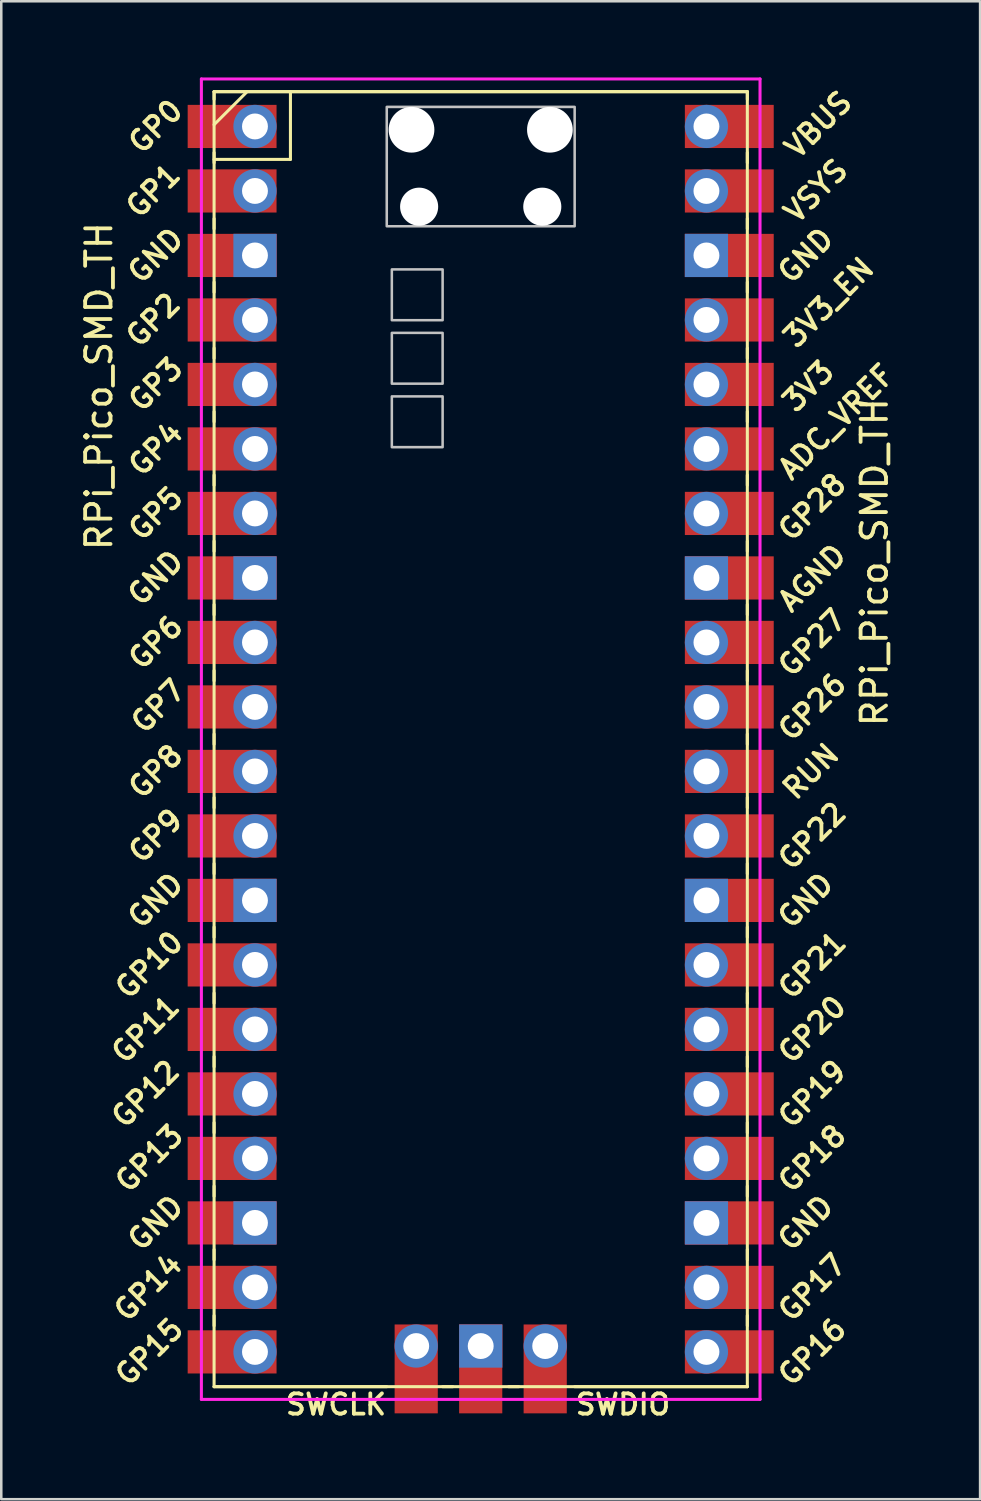
<source format=kicad_pcb>
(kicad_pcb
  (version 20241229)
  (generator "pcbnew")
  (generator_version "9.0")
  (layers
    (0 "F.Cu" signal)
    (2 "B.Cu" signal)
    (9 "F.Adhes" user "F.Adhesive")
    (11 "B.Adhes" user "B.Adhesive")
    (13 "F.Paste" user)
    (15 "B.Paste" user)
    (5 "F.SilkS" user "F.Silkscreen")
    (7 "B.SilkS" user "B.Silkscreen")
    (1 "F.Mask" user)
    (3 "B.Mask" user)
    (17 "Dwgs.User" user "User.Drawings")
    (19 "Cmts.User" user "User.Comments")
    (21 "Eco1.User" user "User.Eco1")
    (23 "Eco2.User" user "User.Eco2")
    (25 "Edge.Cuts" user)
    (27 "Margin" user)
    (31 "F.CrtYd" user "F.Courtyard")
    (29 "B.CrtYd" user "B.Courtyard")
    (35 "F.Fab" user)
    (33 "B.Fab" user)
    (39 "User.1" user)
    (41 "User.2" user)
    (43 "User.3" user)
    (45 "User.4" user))
  (footprint "RPi_Pico_SMD_TH"
    (layer "F.Cu")
    (at 15.881 26.06)
    (property "Reference" "RPi_Pico_SMD_TH" (at 15.506 -6.968 270) (layer "F.SilkS") (effects (font (size 1 1) (thickness 0.15))))
    (attr through_hole)
    (fp_line (start -10.5 -25.5) (end -10.5 -25.2) (stroke (width 0.12) (type solid)) (layer "F.SilkS"))
    (fp_line (start -10.5 -25.5) (end 10.5 -25.5) (stroke (width 0.12) (type solid)) (layer "F.SilkS"))
    (fp_line (start -10.5 -25.5) (end 10.5 -25.5) (stroke (width 0.12) (type solid)) (layer "F.SilkS"))
    (fp_line (start -10.5 -24.2) (end -9.2 -25.5) (stroke (width 0.12) (type solid)) (layer "F.SilkS"))
    (fp_line (start -10.5 -23.1) (end -10.5 -22.7) (stroke (width 0.12) (type solid)) (layer "F.SilkS"))
    (fp_line (start -10.5 -22.833) (end -7.493 -22.833) (stroke (width 0.12) (type solid)) (layer "F.SilkS"))
    (fp_line (start -10.5 -20.5) (end -10.5 -20.1) (stroke (width 0.12) (type solid)) (layer "F.SilkS"))
    (fp_line (start -10.5 -18) (end -10.5 -17.6) (stroke (width 0.12) (type solid)) (layer "F.SilkS"))
    (fp_line (start -10.5 -15.4) (end -10.5 -15) (stroke (width 0.12) (type solid)) (layer "F.SilkS"))
    (fp_line (start -10.5 -12.9) (end -10.5 -12.5) (stroke (width 0.12) (type solid)) (layer "F.SilkS"))
    (fp_line (start -10.5 -10.4) (end -10.5 -10) (stroke (width 0.12) (type solid)) (layer "F.SilkS"))
    (fp_line (start -10.5 -7.8) (end -10.5 -7.4) (stroke (width 0.12) (type solid)) (layer "F.SilkS"))
    (fp_line (start -10.5 -5.3) (end -10.5 -4.9) (stroke (width 0.12) (type solid)) (layer "F.SilkS"))
    (fp_line (start -10.5 -2.7) (end -10.5 -2.3) (stroke (width 0.12) (type solid)) (layer "F.SilkS"))
    (fp_line (start -10.5 -0.2) (end -10.5 0.2) (stroke (width 0.12) (type solid)) (layer "F.SilkS"))
    (fp_line (start -10.5 2.3) (end -10.5 2.7) (stroke (width 0.12) (type solid)) (layer "F.SilkS"))
    (fp_line (start -10.5 4.9) (end -10.5 5.3) (stroke (width 0.12) (type solid)) (layer "F.SilkS"))
    (fp_line (start -10.5 7.4) (end -10.5 7.8) (stroke (width 0.12) (type solid)) (layer "F.SilkS"))
    (fp_line (start -10.5 10) (end -10.5 10.4) (stroke (width 0.12) (type solid)) (layer "F.SilkS"))
    (fp_line (start -10.5 12.5) (end -10.5 12.9) (stroke (width 0.12) (type solid)) (layer "F.SilkS"))
    (fp_line (start -10.5 15.1) (end -10.5 15.5) (stroke (width 0.12) (type solid)) (layer "F.SilkS"))
    (fp_line (start -10.5 17.6) (end -10.5 18) (stroke (width 0.12) (type solid)) (layer "F.SilkS"))
    (fp_line (start -10.5 20.1) (end -10.5 20.5) (stroke (width 0.12) (type solid)) (layer "F.SilkS"))
    (fp_line (start -10.5 22.7) (end -10.5 23.1) (stroke (width 0.12) (type solid)) (layer "F.SilkS"))
    (fp_line (start -10.5 25.5) (end -10.5 -25.5) (stroke (width 0.12) (type solid)) (layer "F.SilkS"))
    (fp_line (start -7.493 -22.833) (end -7.493 -25.5) (stroke (width 0.12) (type solid)) (layer "F.SilkS"))
    (fp_line (start -3.7 25.5) (end -10.5 25.5) (stroke (width 0.12) (type solid)) (layer "F.SilkS"))
    (fp_line (start -1.5 25.5) (end -1.1 25.5) (stroke (width 0.12) (type solid)) (layer "F.SilkS"))
    (fp_line (start 1.1 25.5) (end 1.5 25.5) (stroke (width 0.12) (type solid)) (layer "F.SilkS"))
    (fp_line (start 10.5 -25.5) (end 10.5 -25.2) (stroke (width 0.12) (type solid)) (layer "F.SilkS"))
    (fp_line (start 10.5 -25.5) (end 10.5 25.5) (stroke (width 0.12) (type solid)) (layer "F.SilkS"))
    (fp_line (start 10.5 -23.1) (end 10.5 -22.7) (stroke (width 0.12) (type solid)) (layer "F.SilkS"))
    (fp_line (start 10.5 -20.5) (end 10.5 -20.1) (stroke (width 0.12) (type solid)) (layer "F.SilkS"))
    (fp_line (start 10.5 -18) (end 10.5 -17.6) (stroke (width 0.12) (type solid)) (layer "F.SilkS"))
    (fp_line (start 10.5 -15.4) (end 10.5 -15) (stroke (width 0.12) (type solid)) (layer "F.SilkS"))
    (fp_line (start 10.5 -12.9) (end 10.5 -12.5) (stroke (width 0.12) (type solid)) (layer "F.SilkS"))
    (fp_line (start 10.5 -10.4) (end 10.5 -10) (stroke (width 0.12) (type solid)) (layer "F.SilkS"))
    (fp_line (start 10.5 -7.8) (end 10.5 -7.4) (stroke (width 0.12) (type solid)) (layer "F.SilkS"))
    (fp_line (start 10.5 -5.3) (end 10.5 -4.9) (stroke (width 0.12) (type solid)) (layer "F.SilkS"))
    (fp_line (start 10.5 -2.7) (end 10.5 -2.3) (stroke (width 0.12) (type solid)) (layer "F.SilkS"))
    (fp_line (start 10.5 -0.2) (end 10.5 0.2) (stroke (width 0.12) (type solid)) (layer "F.SilkS"))
    (fp_line (start 10.5 2.3) (end 10.5 2.7) (stroke (width 0.12) (type solid)) (layer "F.SilkS"))
    (fp_line (start 10.5 4.9) (end 10.5 5.3) (stroke (width 0.12) (type solid)) (layer "F.SilkS"))
    (fp_line (start 10.5 7.4) (end 10.5 7.8) (stroke (width 0.12) (type solid)) (layer "F.SilkS"))
    (fp_line (start 10.5 10) (end 10.5 10.4) (stroke (width 0.12) (type solid)) (layer "F.SilkS"))
    (fp_line (start 10.5 12.5) (end 10.5 12.9) (stroke (width 0.12) (type solid)) (layer "F.SilkS"))
    (fp_line (start 10.5 15.1) (end 10.5 15.5) (stroke (width 0.12) (type solid)) (layer "F.SilkS"))
    (fp_line (start 10.5 17.6) (end 10.5 18) (stroke (width 0.12) (type solid)) (layer "F.SilkS"))
    (fp_line (start 10.5 20.1) (end 10.5 20.5) (stroke (width 0.12) (type solid)) (layer "F.SilkS"))
    (fp_line (start 10.5 22.7) (end 10.5 23.1) (stroke (width 0.12) (type solid)) (layer "F.SilkS"))
    (fp_line (start 10.5 25.5) (end -10.5 25.5) (stroke (width 0.12) (type solid)) (layer "F.SilkS"))
    (fp_line (start 10.5 25.5) (end 3.7 25.5) (stroke (width 0.12) (type solid)) (layer "F.SilkS"))
    (fp_poly (pts (xy -1.5 -16.5) (xy -3.5 -16.5) (xy -3.5 -18.5) (xy -1.5 -18.5)) (stroke (width 0.1) (type solid)) (fill no) (layer "Dwgs.User"))
    (fp_poly (pts (xy -1.5 -14) (xy -3.5 -14) (xy -3.5 -16) (xy -1.5 -16)) (stroke (width 0.1) (type solid)) (fill no) (layer "Dwgs.User"))
    (fp_poly (pts (xy -1.5 -11.5) (xy -3.5 -11.5) (xy -3.5 -13.5) (xy -1.5 -13.5)) (stroke (width 0.1) (type solid)) (fill no) (layer "Dwgs.User"))
    (fp_poly (pts (xy 3.7 -20.2) (xy -3.7 -20.2) (xy -3.7 -24.9) (xy 3.7 -24.9)) (stroke (width 0.1) (type solid)) (fill no) (layer "Dwgs.User"))
    (fp_line (start -11 -26) (end 11 -26) (stroke (width 0.12) (type solid)) (layer "F.CrtYd"))
    (fp_line (start -11 26) (end -11 -26) (stroke (width 0.12) (type solid)) (layer "F.CrtYd"))
    (fp_line (start 11 -26) (end 11 26) (stroke (width 0.12) (type solid)) (layer "F.CrtYd"))
    (fp_line (start 11 26) (end -11 26) (stroke (width 0.12) (type solid)) (layer "F.CrtYd"))
    (fp_text user "GP18" (at 13.054 16.51 225) (layer "F.SilkS") (effects (font (size 0.8 0.8) (thickness 0.15))))
    (fp_text user "GP1" (at -12.9 -21.6 225) (layer "F.SilkS") (effects (font (size 0.8 0.8) (thickness 0.15))))
    (fp_text user "GP11" (at -13.2 11.43 225) (layer "F.SilkS") (effects (font (size 0.8 0.8) (thickness 0.15))))
    (fp_text user "${REFERENCE}" (at -15.033 -13.903 90) (layer "F.SilkS") (effects (font (size 1 1) (thickness 0.15))))
    (fp_text user "GP9" (at -12.8 3.81 225) (layer "F.SilkS") (effects (font (size 0.8 0.8) (thickness 0.15))))
    (fp_text user "GP21" (at 13.054 8.9 225) (layer "F.SilkS") (effects (font (size 0.8 0.8) (thickness 0.15))))
    (fp_text user "GP5" (at -12.8 -8.89 225) (layer "F.SilkS") (effects (font (size 0.8 0.8) (thickness 0.15))))
    (fp_text user "AGND" (at 13.054 -6.35 225) (layer "F.SilkS") (effects (font (size 0.8 0.8) (thickness 0.15))))
    (fp_text user "GP19" (at 13.054 13.97 225) (layer "F.SilkS") (effects (font (size 0.8 0.8) (thickness 0.15))))
    (fp_text user "GP20" (at 13.054 11.43 225) (layer "F.SilkS") (effects (font (size 0.8 0.8) (thickness 0.15))))
    (fp_text user "GP6" (at -12.8 -3.81 225) (layer "F.SilkS") (effects (font (size 0.8 0.8) (thickness 0.15))))
    (fp_text user "VSYS" (at 13.2 -21.59 225) (layer "F.SilkS") (effects (font (size 0.8 0.8) (thickness 0.15))))
    (fp_text user "GP26" (at 13.054 -1.27 225) (layer "F.SilkS") (effects (font (size 0.8 0.8) (thickness 0.15))))
    (fp_text user "RUN" (at 13 1.27 225) (layer "F.SilkS") (effects (font (size 0.8 0.8) (thickness 0.15))))
    (fp_text user "GP0" (at -12.8 -24.13 225) (layer "F.SilkS") (effects (font (size 0.8 0.8) (thickness 0.15))))
    (fp_text user "SWDIO" (at 5.6 26.2 180) (layer "F.SilkS") (effects (font (size 0.8 0.8) (thickness 0.15))))
    (fp_text user "GND" (at -12.8 6.35 225) (layer "F.SilkS") (effects (font (size 0.8 0.8) (thickness 0.15))))
    (fp_text user "GP22" (at 13.054 3.81 225) (layer "F.SilkS") (effects (font (size 0.8 0.8) (thickness 0.15))))
    (fp_text user "GND" (at 12.8 6.35 225) (layer "F.SilkS") (effects (font (size 0.8 0.8) (thickness 0.15))))
    (fp_text user "GP4" (at -12.8 -11.43 225) (layer "F.SilkS") (effects (font (size 0.8 0.8) (thickness 0.15))))
    (fp_text user "GP17" (at 13.054 21.59 225) (layer "F.SilkS") (effects (font (size 0.8 0.8) (thickness 0.15))))
    (fp_text user "GP13" (at -13.054 16.51 225) (layer "F.SilkS") (effects (font (size 0.8 0.8) (thickness 0.15))))
    (fp_text user "GND" (at 12.8 19.05 225) (layer "F.SilkS") (effects (font (size 0.8 0.8) (thickness 0.15))))
    (fp_text user "GND" (at -12.8 -19.05 225) (layer "F.SilkS") (effects (font (size 0.8 0.8) (thickness 0.15))))
    (fp_text user "ADC_VREF" (at 14 -12.5 225) (layer "F.SilkS") (effects (font (size 0.8 0.8) (thickness 0.15))))
    (fp_text user "GP7" (at -12.7 -1.3 225) (layer "F.SilkS") (effects (font (size 0.8 0.8) (thickness 0.15))))
    (fp_text user "GP10" (at -13.054 8.89 225) (layer "F.SilkS") (effects (font (size 0.8 0.8) (thickness 0.15))))
    (fp_text user "GP15" (at -13.054 24.13 225) (layer "F.SilkS") (effects (font (size 0.8 0.8) (thickness 0.15))))
    (fp_text user "GP16" (at 13.054 24.13 225) (layer "F.SilkS") (effects (font (size 0.8 0.8) (thickness 0.15))))
    (fp_text user "GND" (at -12.8 -6.35 225) (layer "F.SilkS") (effects (font (size 0.8 0.8) (thickness 0.15))))
    (fp_text user "GND" (at -12.8 19.05 225) (layer "F.SilkS") (effects (font (size 0.8 0.8) (thickness 0.15))))
    (fp_text user "3V3_EN" (at 13.7 -17.2 225) (layer "F.SilkS") (effects (font (size 0.8 0.8) (thickness 0.15))))
    (fp_text user "GP27" (at 13.054 -3.8 225) (layer "F.SilkS") (effects (font (size 0.8 0.8) (thickness 0.15))))
    (fp_text user "GP28" (at 13.054 -9.144 225) (layer "F.SilkS") (effects (font (size 0.8 0.8) (thickness 0.15))))
    (fp_text user "GP3" (at -12.8 -13.97 225) (layer "F.SilkS") (effects (font (size 0.8 0.8) (thickness 0.15))))
    (fp_text user "GP2" (at -12.9 -16.51 225) (layer "F.SilkS") (effects (font (size 0.8 0.8) (thickness 0.15))))
    (fp_text user "GP12" (at -13.2 13.97 225) (layer "F.SilkS") (effects (font (size 0.8 0.8) (thickness 0.15))))
    (fp_text user "SWCLK" (at -5.7 26.2 180) (layer "F.SilkS") (effects (font (size 0.8 0.8) (thickness 0.15))))
    (fp_text user "3V3" (at 12.9 -13.9 225) (layer "F.SilkS") (effects (font (size 0.8 0.8) (thickness 0.15))))
    (fp_text user "GND" (at 12.8 -19.05 225) (layer "F.SilkS") (effects (font (size 0.8 0.8) (thickness 0.15))))
    (fp_text user "VBUS" (at 13.3 -24.2 225) (layer "F.SilkS") (effects (font (size 0.8 0.8) (thickness 0.15))))
    (fp_text user "GP14" (at -13.1 21.59 225) (layer "F.SilkS") (effects (font (size 0.8 0.8) (thickness 0.15))))
    (fp_text user "GP8" (at -12.8 1.27 225) (layer "F.SilkS") (effects (font (size 0.8 0.8) (thickness 0.15))))
    (pad "" np_thru_hole oval (at -2.725 -24) (size 1.8 1.8) (drill 1.8) (layers "*.Cu" "*.Mask"))
    (pad "" np_thru_hole oval (at -2.425 -20.97) (size 1.5 1.5) (drill 1.5) (layers "*.Cu" "*.Mask"))
    (pad "" np_thru_hole oval (at 2.425 -20.97) (size 1.5 1.5) (drill 1.5) (layers "*.Cu" "*.Mask"))
    (pad "" np_thru_hole oval (at 2.725 -24) (size 1.8 1.8) (drill 1.8) (layers "*.Cu" "*.Mask"))
    (pad "1" thru_hole oval (at -8.89 -24.13) (size 1.7 1.7) (drill 1.02) (layers "*.Cu" "*.Mask"))
    (pad "1" smd rect (at -8.89 -24.13) (size 3.5 1.7) (drill (offset -0.9 0)) (layers "F.Cu" "F.Mask"))
    (pad "2" thru_hole oval (at -8.89 -21.59) (size 1.7 1.7) (drill 1.02) (layers "*.Cu" "*.Mask"))
    (pad "2" smd rect (at -8.89 -21.59) (size 3.5 1.7) (drill (offset -0.9 0)) (layers "F.Cu" "F.Mask"))
    (pad "3" thru_hole rect (at -8.89 -19.05) (size 1.7 1.7) (drill 1.02) (layers "*.Cu" "*.Mask"))
    (pad "3" smd rect (at -8.89 -19.05) (size 3.5 1.7) (drill (offset -0.9 0)) (layers "F.Cu" "F.Mask"))
    (pad "4" thru_hole oval (at -8.89 -16.51) (size 1.7 1.7) (drill 1.02) (layers "*.Cu" "*.Mask"))
    (pad "4" smd rect (at -8.89 -16.51) (size 3.5 1.7) (drill (offset -0.9 0)) (layers "F.Cu" "F.Mask"))
    (pad "5" thru_hole oval (at -8.89 -13.97) (size 1.7 1.7) (drill 1.02) (layers "*.Cu" "*.Mask"))
    (pad "5" smd rect (at -8.89 -13.97) (size 3.5 1.7) (drill (offset -0.9 0)) (layers "F.Cu" "F.Mask"))
    (pad "6" thru_hole oval (at -8.89 -11.43) (size 1.7 1.7) (drill 1.02) (layers "*.Cu" "*.Mask"))
    (pad "6" smd rect (at -8.89 -11.43) (size 3.5 1.7) (drill (offset -0.9 0)) (layers "F.Cu" "F.Mask"))
    (pad "7" thru_hole oval (at -8.89 -8.89) (size 1.7 1.7) (drill 1.02) (layers "*.Cu" "*.Mask"))
    (pad "7" smd rect (at -8.89 -8.89) (size 3.5 1.7) (drill (offset -0.9 0)) (layers "F.Cu" "F.Mask"))
    (pad "8" thru_hole rect (at -8.89 -6.35) (size 1.7 1.7) (drill 1.02) (layers "*.Cu" "*.Mask"))
    (pad "8" smd rect (at -8.89 -6.35) (size 3.5 1.7) (drill (offset -0.9 0)) (layers "F.Cu" "F.Mask"))
    (pad "9" thru_hole oval (at -8.89 -3.81) (size 1.7 1.7) (drill 1.02) (layers "*.Cu" "*.Mask"))
    (pad "9" smd rect (at -8.89 -3.81) (size 3.5 1.7) (drill (offset -0.9 0)) (layers "F.Cu" "F.Mask"))
    (pad "10" thru_hole oval (at -8.89 -1.27) (size 1.7 1.7) (drill 1.02) (layers "*.Cu" "*.Mask"))
    (pad "10" smd rect (at -8.89 -1.27) (size 3.5 1.7) (drill (offset -0.9 0)) (layers "F.Cu" "F.Mask"))
    (pad "11" thru_hole oval (at -8.89 1.27) (size 1.7 1.7) (drill 1.02) (layers "*.Cu" "*.Mask"))
    (pad "11" smd rect (at -8.89 1.27) (size 3.5 1.7) (drill (offset -0.9 0)) (layers "F.Cu" "F.Mask"))
    (pad "12" thru_hole oval (at -8.89 3.81) (size 1.7 1.7) (drill 1.02) (layers "*.Cu" "*.Mask"))
    (pad "12" smd rect (at -8.89 3.81) (size 3.5 1.7) (drill (offset -0.9 0)) (layers "F.Cu" "F.Mask"))
    (pad "13" thru_hole rect (at -8.89 6.35) (size 1.7 1.7) (drill 1.02) (layers "*.Cu" "*.Mask"))
    (pad "13" smd rect (at -8.89 6.35) (size 3.5 1.7) (drill (offset -0.9 0)) (layers "F.Cu" "F.Mask"))
    (pad "14" thru_hole oval (at -8.89 8.89) (size 1.7 1.7) (drill 1.02) (layers "*.Cu" "*.Mask"))
    (pad "14" smd rect (at -8.89 8.89) (size 3.5 1.7) (drill (offset -0.9 0)) (layers "F.Cu" "F.Mask"))
    (pad "15" thru_hole oval (at -8.89 11.43) (size 1.7 1.7) (drill 1.02) (layers "*.Cu" "*.Mask"))
    (pad "15" smd rect (at -8.89 11.43) (size 3.5 1.7) (drill (offset -0.9 0)) (layers "F.Cu" "F.Mask"))
    (pad "16" thru_hole oval (at -8.89 13.97) (size 1.7 1.7) (drill 1.02) (layers "*.Cu" "*.Mask"))
    (pad "16" smd rect (at -8.89 13.97) (size 3.5 1.7) (drill (offset -0.9 0)) (layers "F.Cu" "F.Mask"))
    (pad "17" thru_hole oval (at -8.89 16.51) (size 1.7 1.7) (drill 1.02) (layers "*.Cu" "*.Mask"))
    (pad "17" smd rect (at -8.89 16.51) (size 3.5 1.7) (drill (offset -0.9 0)) (layers "F.Cu" "F.Mask"))
    (pad "18" thru_hole rect (at -8.89 19.05) (size 1.7 1.7) (drill 1.02) (layers "*.Cu" "*.Mask"))
    (pad "18" smd rect (at -8.89 19.05) (size 3.5 1.7) (drill (offset -0.9 0)) (layers "F.Cu" "F.Mask"))
    (pad "19" thru_hole oval (at -8.89 21.59) (size 1.7 1.7) (drill 1.02) (layers "*.Cu" "*.Mask"))
    (pad "19" smd rect (at -8.89 21.59) (size 3.5 1.7) (drill (offset -0.9 0)) (layers "F.Cu" "F.Mask"))
    (pad "20" thru_hole oval (at -8.89 24.13) (size 1.7 1.7) (drill 1.02) (layers "*.Cu" "*.Mask"))
    (pad "20" smd rect (at -8.89 24.13) (size 3.5 1.7) (drill (offset -0.9 0)) (layers "F.Cu" "F.Mask"))
    (pad "21" thru_hole oval (at 8.89 24.13) (size 1.7 1.7) (drill 1.02) (layers "*.Cu" "*.Mask"))
    (pad "21" smd rect (at 8.89 24.13) (size 3.5 1.7) (drill (offset 0.9 0)) (layers "F.Cu" "F.Mask"))
    (pad "22" thru_hole oval (at 8.89 21.59) (size 1.7 1.7) (drill 1.02) (layers "*.Cu" "*.Mask"))
    (pad "22" smd rect (at 8.89 21.59) (size 3.5 1.7) (drill (offset 0.9 0)) (layers "F.Cu" "F.Mask"))
    (pad "23" thru_hole rect (at 8.89 19.05) (size 1.7 1.7) (drill 1.02) (layers "*.Cu" "*.Mask"))
    (pad "23" smd rect (at 8.89 19.05) (size 3.5 1.7) (drill (offset 0.9 0)) (layers "F.Cu" "F.Mask"))
    (pad "24" thru_hole oval (at 8.89 16.51) (size 1.7 1.7) (drill 1.02) (layers "*.Cu" "*.Mask"))
    (pad "24" smd rect (at 8.89 16.51) (size 3.5 1.7) (drill (offset 0.9 0)) (layers "F.Cu" "F.Mask"))
    (pad "25" thru_hole oval (at 8.89 13.97) (size 1.7 1.7) (drill 1.02) (layers "*.Cu" "*.Mask"))
    (pad "25" smd rect (at 8.89 13.97) (size 3.5 1.7) (drill (offset 0.9 0)) (layers "F.Cu" "F.Mask"))
    (pad "26" thru_hole oval (at 8.89 11.43) (size 1.7 1.7) (drill 1.02) (layers "*.Cu" "*.Mask"))
    (pad "26" smd rect (at 8.89 11.43) (size 3.5 1.7) (drill (offset 0.9 0)) (layers "F.Cu" "F.Mask"))
    (pad "27" thru_hole oval (at 8.89 8.89) (size 1.7 1.7) (drill 1.02) (layers "*.Cu" "*.Mask"))
    (pad "27" smd rect (at 8.89 8.89) (size 3.5 1.7) (drill (offset 0.9 0)) (layers "F.Cu" "F.Mask"))
    (pad "28" thru_hole rect (at 8.89 6.35) (size 1.7 1.7) (drill 1.02) (layers "*.Cu" "*.Mask"))
    (pad "28" smd rect (at 8.89 6.35) (size 3.5 1.7) (drill (offset 0.9 0)) (layers "F.Cu" "F.Mask"))
    (pad "29" thru_hole oval (at 8.89 3.81) (size 1.7 1.7) (drill 1.02) (layers "*.Cu" "*.Mask"))
    (pad "29" smd rect (at 8.89 3.81) (size 3.5 1.7) (drill (offset 0.9 0)) (layers "F.Cu" "F.Mask"))
    (pad "30" thru_hole oval (at 8.89 1.27) (size 1.7 1.7) (drill 1.02) (layers "*.Cu" "*.Mask"))
    (pad "30" smd rect (at 8.89 1.27) (size 3.5 1.7) (drill (offset 0.9 0)) (layers "F.Cu" "F.Mask"))
    (pad "31" thru_hole oval (at 8.89 -1.27) (size 1.7 1.7) (drill 1.02) (layers "*.Cu" "*.Mask"))
    (pad "31" smd rect (at 8.89 -1.27) (size 3.5 1.7) (drill (offset 0.9 0)) (layers "F.Cu" "F.Mask"))
    (pad "32" thru_hole oval (at 8.89 -3.81) (size 1.7 1.7) (drill 1.02) (layers "*.Cu" "*.Mask"))
    (pad "32" smd rect (at 8.89 -3.81) (size 3.5 1.7) (drill (offset 0.9 0)) (layers "F.Cu" "F.Mask"))
    (pad "33" thru_hole rect (at 8.89 -6.35) (size 1.7 1.7) (drill 1.02) (layers "*.Cu" "*.Mask"))
    (pad "33" smd rect (at 8.89 -6.35) (size 3.5 1.7) (drill (offset 0.9 0)) (layers "F.Cu" "F.Mask"))
    (pad "34" thru_hole oval (at 8.89 -8.89) (size 1.7 1.7) (drill 1.02) (layers "*.Cu" "*.Mask"))
    (pad "34" smd rect (at 8.89 -8.89) (size 3.5 1.7) (drill (offset 0.9 0)) (layers "F.Cu" "F.Mask"))
    (pad "35" thru_hole oval (at 8.89 -11.43) (size 1.7 1.7) (drill 1.02) (layers "*.Cu" "*.Mask"))
    (pad "35" smd rect (at 8.89 -11.43) (size 3.5 1.7) (drill (offset 0.9 0)) (layers "F.Cu" "F.Mask"))
    (pad "36" thru_hole oval (at 8.89 -13.97) (size 1.7 1.7) (drill 1.02) (layers "*.Cu" "*.Mask"))
    (pad "36" smd rect (at 8.89 -13.97) (size 3.5 1.7) (drill (offset 0.9 0)) (layers "F.Cu" "F.Mask"))
    (pad "37" thru_hole oval (at 8.89 -16.51) (size 1.7 1.7) (drill 1.02) (layers "*.Cu" "*.Mask"))
    (pad "37" smd rect (at 8.89 -16.51) (size 3.5 1.7) (drill (offset 0.9 0)) (layers "F.Cu" "F.Mask"))
    (pad "38" thru_hole rect (at 8.89 -19.05) (size 1.7 1.7) (drill 1.02) (layers "*.Cu" "*.Mask"))
    (pad "38" smd rect (at 8.89 -19.05) (size 3.5 1.7) (drill (offset 0.9 0)) (layers "F.Cu" "F.Mask"))
    (pad "39" thru_hole oval (at 8.89 -21.59) (size 1.7 1.7) (drill 1.02) (layers "*.Cu" "*.Mask"))
    (pad "39" smd rect (at 8.89 -21.59) (size 3.5 1.7) (drill (offset 0.9 0)) (layers "F.Cu" "F.Mask"))
    (pad "40" thru_hole oval (at 8.89 -24.13) (size 1.7 1.7) (drill 1.02) (layers "*.Cu" "*.Mask"))
    (pad "40" smd rect (at 8.89 -24.13) (size 3.5 1.7) (drill (offset 0.9 0)) (layers "F.Cu" "F.Mask"))
    (pad "41" thru_hole oval (at -2.54 23.9) (size 1.7 1.7) (drill 1.02) (layers "*.Cu" "*.Mask"))
    (pad "41" smd rect (at -2.54 23.9 90) (size 3.5 1.7) (drill (offset -0.9 0)) (layers "F.Cu" "F.Mask"))
    (pad "42" thru_hole rect (at 0 23.9) (size 1.7 1.7) (drill 1.02) (layers "*.Cu" "*.Mask"))
    (pad "42" smd rect (at 0 23.9 90) (size 3.5 1.7) (drill (offset -0.9 0)) (layers "F.Cu" "F.Mask"))
    (pad "43" thru_hole oval (at 2.54 23.9) (size 1.7 1.7) (drill 1.02) (layers "*.Cu" "*.Mask"))
    (pad "43" smd rect (at 2.54 23.9 90) (size 3.5 1.7) (drill (offset -0.9 0)) (layers "F.Cu" "F.Mask")))
  (gr_rect
    (start -3 -3)
    (end 35.548 55.991)
    (stroke (width 0.1) (type default))
    (fill no)
    (layer "Edge.Cuts")))
</source>
